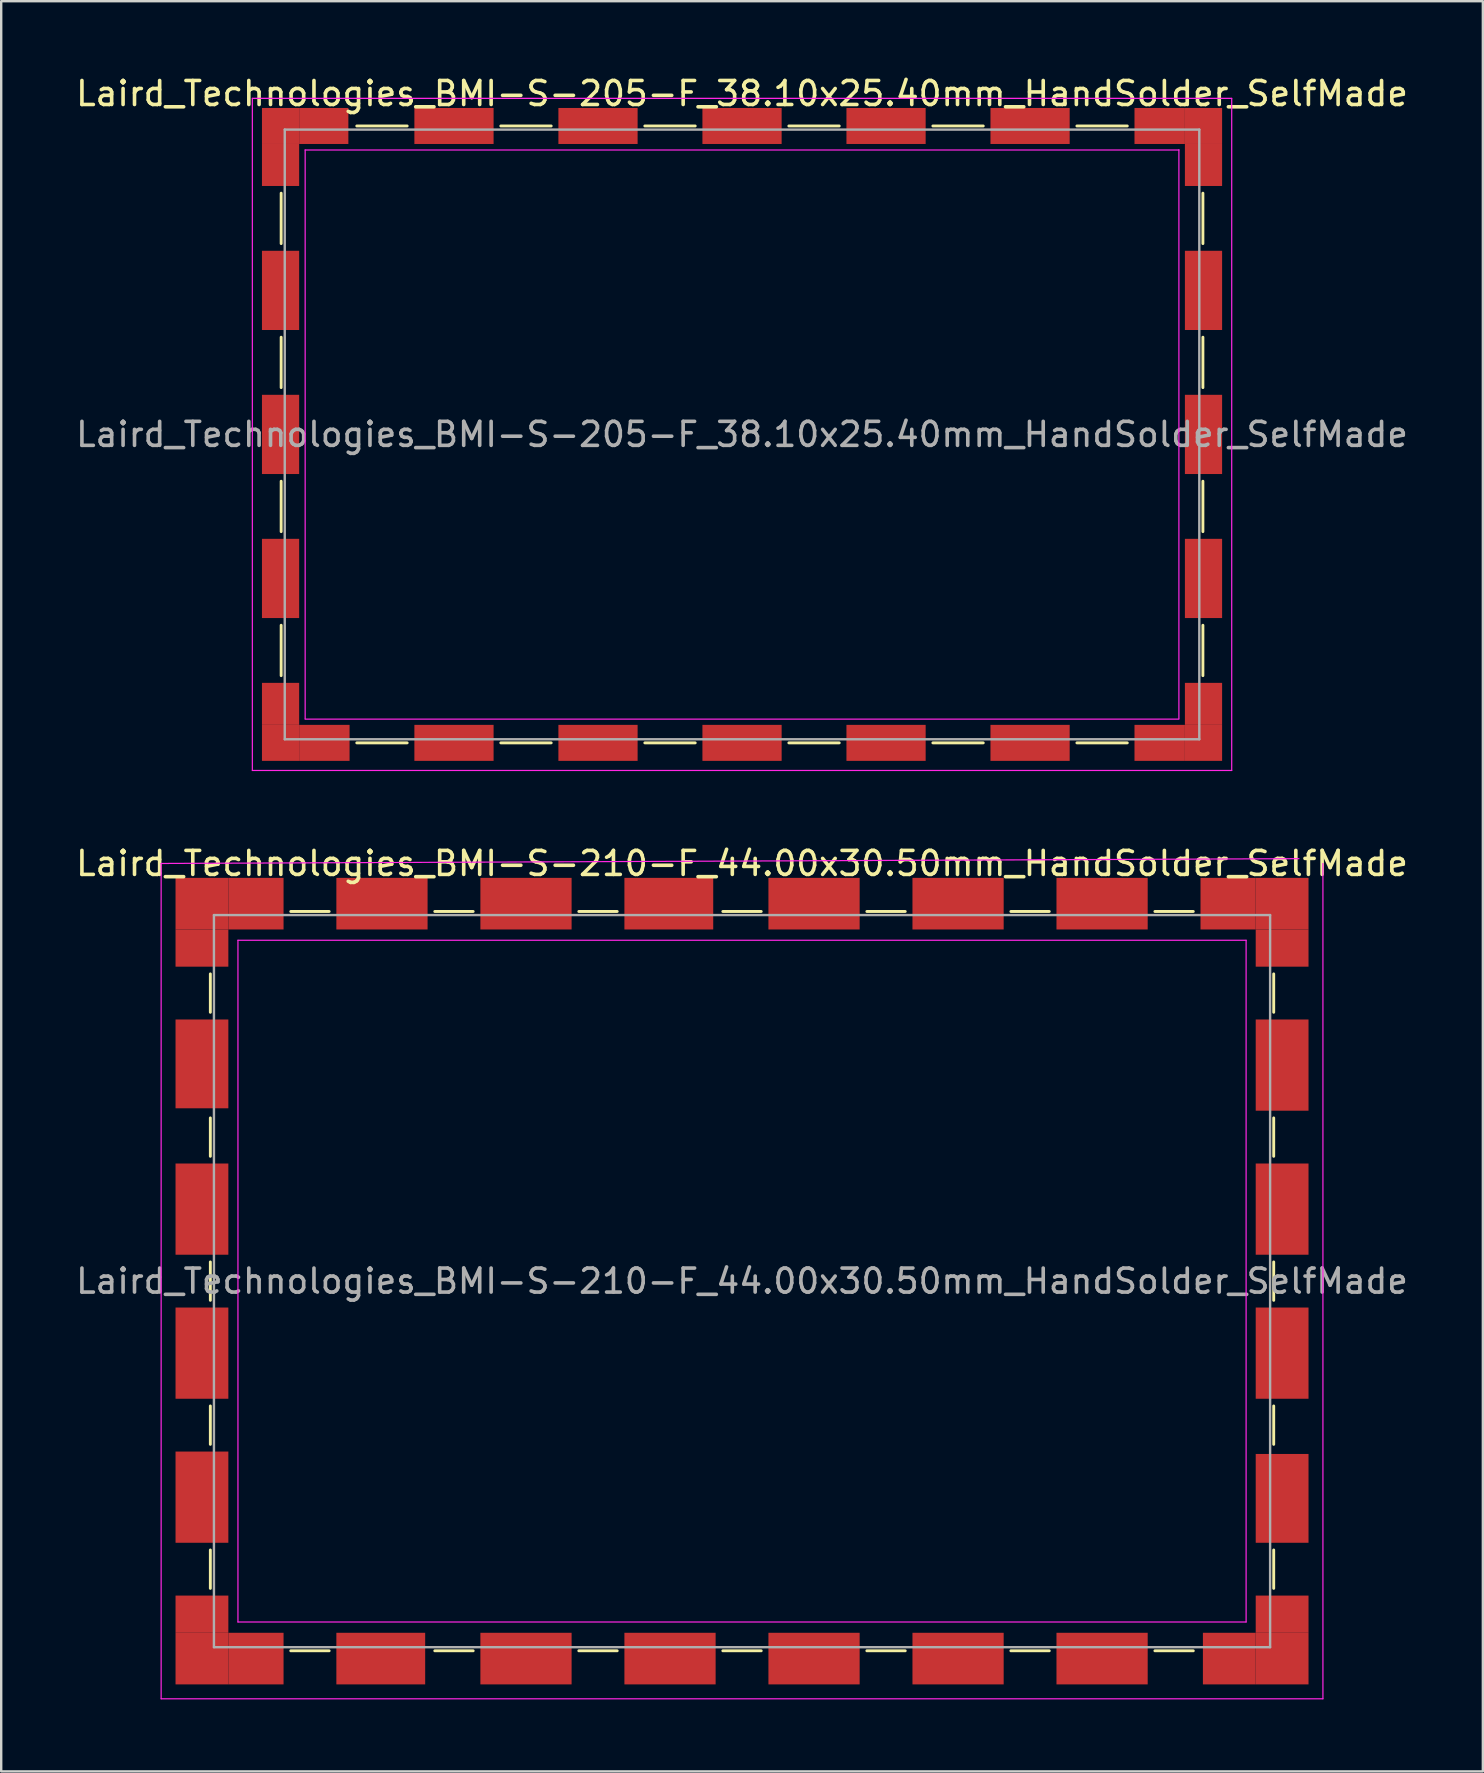
<source format=kicad_pcb>
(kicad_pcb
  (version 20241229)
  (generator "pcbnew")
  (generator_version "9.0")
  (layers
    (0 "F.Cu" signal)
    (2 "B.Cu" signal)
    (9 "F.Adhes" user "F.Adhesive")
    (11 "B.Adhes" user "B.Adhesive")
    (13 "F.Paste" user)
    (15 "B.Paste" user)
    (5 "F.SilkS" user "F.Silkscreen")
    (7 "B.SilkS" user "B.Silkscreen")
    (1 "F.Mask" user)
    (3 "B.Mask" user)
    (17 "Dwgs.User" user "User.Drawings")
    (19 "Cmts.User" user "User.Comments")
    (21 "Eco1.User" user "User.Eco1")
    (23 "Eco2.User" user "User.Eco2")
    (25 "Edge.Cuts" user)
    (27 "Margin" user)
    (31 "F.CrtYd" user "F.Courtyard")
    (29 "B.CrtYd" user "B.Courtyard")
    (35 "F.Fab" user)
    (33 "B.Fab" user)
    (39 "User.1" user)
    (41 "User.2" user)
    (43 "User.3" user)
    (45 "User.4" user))
  (footprint "Laird_Technologies_BMI-S-210-F_44.00x30.50mm_HandSolder_SelfMade"
    (layer "F.Cu")
    (at 27.863 50.322)
    (property "Reference" "Laird_Technologies_BMI-S-210-F_44.00x30.50mm_HandSolder_SelfMade" (at 0 -17.4 0) (layer "F.SilkS") (effects (font (size 1 1) (thickness 0.15))))
    (attr smd)
    (fp_line (start -22.15 -12.8) (end -22.15 -11.2) (stroke (width 0.12) (type solid)) (layer "F.SilkS"))
    (fp_line (start -22.15 -6.8) (end -22.15 -5.2) (stroke (width 0.12) (type solid)) (layer "F.SilkS"))
    (fp_line (start -22.15 -0.8) (end -22.15 0.8) (stroke (width 0.12) (type solid)) (layer "F.SilkS"))
    (fp_line (start -22.15 5.2) (end -22.15 6.8) (stroke (width 0.12) (type solid)) (layer "F.SilkS"))
    (fp_line (start -22.15 11.2) (end -22.15 12.8) (stroke (width 0.12) (type solid)) (layer "F.SilkS"))
    (fp_line (start -18.8 -15.4) (end -17.2 -15.4) (stroke (width 0.12) (type solid)) (layer "F.SilkS"))
    (fp_line (start -18.8 15.4) (end -17.2 15.4) (stroke (width 0.12) (type solid)) (layer "F.SilkS"))
    (fp_line (start -12.8 -15.4) (end -11.2 -15.4) (stroke (width 0.12) (type solid)) (layer "F.SilkS"))
    (fp_line (start -12.8 15.4) (end -11.2 15.4) (stroke (width 0.12) (type solid)) (layer "F.SilkS"))
    (fp_line (start -6.8 -15.4) (end -5.2 -15.4) (stroke (width 0.12) (type solid)) (layer "F.SilkS"))
    (fp_line (start -6.8 15.4) (end -5.2 15.4) (stroke (width 0.12) (type solid)) (layer "F.SilkS"))
    (fp_line (start -0.8 -15.4) (end 0.8 -15.4) (stroke (width 0.12) (type solid)) (layer "F.SilkS"))
    (fp_line (start -0.8 15.4) (end 0.8 15.4) (stroke (width 0.12) (type solid)) (layer "F.SilkS"))
    (fp_line (start 5.2 -15.4) (end 6.8 -15.4) (stroke (width 0.12) (type solid)) (layer "F.SilkS"))
    (fp_line (start 5.2 15.4) (end 6.8 15.4) (stroke (width 0.12) (type solid)) (layer "F.SilkS"))
    (fp_line (start 11.2 -15.4) (end 12.8 -15.4) (stroke (width 0.12) (type solid)) (layer "F.SilkS"))
    (fp_line (start 11.2 15.4) (end 12.8 15.4) (stroke (width 0.12) (type solid)) (layer "F.SilkS"))
    (fp_line (start 17.2 -15.4) (end 18.8 -15.4) (stroke (width 0.12) (type solid)) (layer "F.SilkS"))
    (fp_line (start 17.2 15.4) (end 18.8 15.4) (stroke (width 0.12) (type solid)) (layer "F.SilkS"))
    (fp_line (start 22.15 -12.8) (end 22.15 -11.2) (stroke (width 0.12) (type solid)) (layer "F.SilkS"))
    (fp_line (start 22.15 -6.8) (end 22.15 -5.2) (stroke (width 0.12) (type solid)) (layer "F.SilkS"))
    (fp_line (start 22.15 -0.8) (end 22.15 0.8) (stroke (width 0.12) (type solid)) (layer "F.SilkS"))
    (fp_line (start 22.15 5.2) (end 22.15 6.8) (stroke (width 0.12) (type solid)) (layer "F.SilkS"))
    (fp_line (start 22.15 11.2) (end 22.15 12.8) (stroke (width 0.12) (type solid)) (layer "F.SilkS"))
    (fp_line (start -24.2 -17.4) (end -24.2 17.4) (stroke (width 0.05) (type solid)) (layer "F.CrtYd"))
    (fp_line (start -24.2 17.4) (end 24.2 17.4) (stroke (width 0.05) (type solid)) (layer "F.CrtYd"))
    (fp_line (start -21 -14.2) (end -21 14.2) (stroke (width 0.05) (type solid)) (layer "F.CrtYd"))
    (fp_line (start 21 -14.2) (end -21 -14.2) (stroke (width 0.05) (type solid)) (layer "F.CrtYd"))
    (fp_line (start 21 -14.2) (end 21 14.2) (stroke (width 0.05) (type solid)) (layer "F.CrtYd"))
    (fp_line (start 21 14.2) (end -21 14.2) (stroke (width 0.05) (type solid)) (layer "F.CrtYd"))
    (fp_line (start 23.2 -17.6) (end -24.2 -17.4) (stroke (width 0.05) (type solid)) (layer "F.CrtYd"))
    (fp_line (start 24.2 17.4) (end 24.2 -17.4) (stroke (width 0.05) (type solid)) (layer "F.CrtYd"))
    (fp_line (start -22 -15.25) (end -22 15.25) (stroke (width 0.1) (type solid)) (layer "F.Fab"))
    (fp_line (start -22 15.25) (end 22 15.25) (stroke (width 0.1) (type solid)) (layer "F.Fab"))
    (fp_line (start 22 -15.25) (end -22 -15.25) (stroke (width 0.1) (type solid)) (layer "F.Fab"))
    (fp_line (start 22 15.25) (end 22 -15.25) (stroke (width 0.1) (type solid)) (layer "F.Fab"))
    (fp_text user "${REFERENCE}" (at 0 0 0) (layer "F.Fab") (effects (font (size 1 1) (thickness 0.15))))
    (pad "1" smd rect (at -22.5 -15.725) (size 2.2 2.15) (layers "F.Cu" "F.Mask" "F.Paste"))
    (pad "1" smd rect (at -22.5 -13.875) (size 2.2 1.55) (layers "F.Cu" "F.Mask" "F.Paste"))
    (pad "1" smd rect (at -22.5 -9.05) (size 2.2 3.7) (layers "F.Cu" "F.Mask" "F.Paste"))
    (pad "1" smd rect (at -22.5 -3) (size 2.2 3.8) (layers "F.Cu" "F.Mask" "F.Paste"))
    (pad "1" smd rect (at -22.5 3) (size 2.2 3.8) (layers "F.Cu" "F.Mask" "F.Paste"))
    (pad "1" smd rect (at -22.5 9) (size 2.2 3.8) (layers "F.Cu" "F.Mask" "F.Paste"))
    (pad "1" smd rect (at -22.5 13.875) (size 2.2 1.55) (layers "F.Cu" "F.Mask" "F.Paste"))
    (pad "1" smd rect (at -22.5 15.725) (size 2.2 2.15) (layers "F.Cu" "F.Mask" "F.Paste"))
    (pad "1" smd rect (at -20.25 -15.725) (size 2.3 2.15) (layers "F.Cu" "F.Mask" "F.Paste"))
    (pad "1" smd rect (at -20.25 15.725) (size 2.3 2.15) (layers "F.Cu" "F.Mask" "F.Paste"))
    (pad "1" smd rect (at -15.05 15.725) (size 3.7 2.15) (layers "F.Cu" "F.Mask" "F.Paste"))
    (pad "1" smd rect (at -15 -15.725) (size 3.8 2.15) (layers "F.Cu" "F.Mask" "F.Paste"))
    (pad "1" smd rect (at -9 -15.725) (size 3.8 2.15) (layers "F.Cu" "F.Mask" "F.Paste"))
    (pad "1" smd rect (at -9 15.725) (size 3.8 2.15) (layers "F.Cu" "F.Mask" "F.Paste"))
    (pad "1" smd rect (at -3.05 -15.725) (size 3.7 2.15) (layers "F.Cu" "F.Mask" "F.Paste"))
    (pad "1" smd rect (at -3 15.725) (size 3.8 2.15) (layers "F.Cu" "F.Mask" "F.Paste"))
    (pad "1" smd rect (at 3 -15.725) (size 3.8 2.15) (layers "F.Cu" "F.Mask" "F.Paste"))
    (pad "1" smd rect (at 3 15.725) (size 3.8 2.15) (layers "F.Cu" "F.Mask" "F.Paste"))
    (pad "1" smd rect (at 9 -15.725) (size 3.8 2.15) (layers "F.Cu" "F.Mask" "F.Paste"))
    (pad "1" smd rect (at 9 15.725) (size 3.8 2.15) (layers "F.Cu" "F.Mask" "F.Paste"))
    (pad "1" smd rect (at 15 -15.725) (size 3.8 2.15) (layers "F.Cu" "F.Mask" "F.Paste"))
    (pad "1" smd rect (at 15 15.725) (size 3.8 2.15) (layers "F.Cu" "F.Mask" "F.Paste"))
    (pad "1" smd rect (at 20.25 -15.725) (size 2.3 2.15) (layers "F.Cu" "F.Mask" "F.Paste"))
    (pad "1" smd rect (at 20.3 15.725) (size 2.2 2.15) (layers "F.Cu" "F.Mask" "F.Paste"))
    (pad "1" smd rect (at 22.5 -15.725) (size 2.2 2.15) (layers "F.Cu" "F.Mask" "F.Paste"))
    (pad "1" smd rect (at 22.5 -13.875) (size 2.2 1.55) (layers "F.Cu" "F.Mask" "F.Paste"))
    (pad "1" smd rect (at 22.5 -9) (size 2.2 3.8) (layers "F.Cu" "F.Mask" "F.Paste"))
    (pad "1" smd rect (at 22.5 -3) (size 2.2 3.8) (layers "F.Cu" "F.Mask" "F.Paste"))
    (pad "1" smd rect (at 22.5 3) (size 2.2 3.8) (layers "F.Cu" "F.Mask" "F.Paste"))
    (pad "1" smd rect (at 22.5 9.05) (size 2.2 3.7) (layers "F.Cu" "F.Mask" "F.Paste"))
    (pad "1" smd rect (at 22.5 13.875) (size 2.2 1.55) (layers "F.Cu" "F.Mask" "F.Paste"))
    (pad "1" smd rect (at 22.5 15.725) (size 2.2 2.15) (layers "F.Cu" "F.Mask" "F.Paste")))
  (footprint "Laird_Technologies_BMI-S-205-F_38.10x25.40mm_HandSolder_SelfMade"
    (layer "F.Cu")
    (at 27.863 15.048)
    (property "Reference" "Laird_Technologies_BMI-S-205-F_38.10x25.40mm_HandSolder_SelfMade" (at 0 -14.2 0) (layer "F.SilkS") (effects (font (size 1 1) (thickness 0.15))))
    (attr smd)
    (fp_line (start -19.2 -10.05) (end -19.2 -7.95) (stroke (width 0.12) (type solid)) (layer "F.SilkS"))
    (fp_line (start -19.2 -4.05) (end -19.2 -1.95) (stroke (width 0.12) (type solid)) (layer "F.SilkS"))
    (fp_line (start -19.2 1.95) (end -19.2 4.05) (stroke (width 0.12) (type solid)) (layer "F.SilkS"))
    (fp_line (start -19.2 7.95) (end -19.2 10.05) (stroke (width 0.12) (type solid)) (layer "F.SilkS"))
    (fp_line (start -16.05 -12.85) (end -13.95 -12.85) (stroke (width 0.12) (type solid)) (layer "F.SilkS"))
    (fp_line (start -16.05 12.85) (end -13.95 12.85) (stroke (width 0.12) (type solid)) (layer "F.SilkS"))
    (fp_line (start -10.05 -12.85) (end -7.95 -12.85) (stroke (width 0.12) (type solid)) (layer "F.SilkS"))
    (fp_line (start -10.05 12.85) (end -7.95 12.85) (stroke (width 0.12) (type solid)) (layer "F.SilkS"))
    (fp_line (start -4.05 -12.85) (end -1.95 -12.85) (stroke (width 0.12) (type solid)) (layer "F.SilkS"))
    (fp_line (start -4.05 12.85) (end -1.95 12.85) (stroke (width 0.12) (type solid)) (layer "F.SilkS"))
    (fp_line (start 1.95 -12.85) (end 4.05 -12.85) (stroke (width 0.12) (type solid)) (layer "F.SilkS"))
    (fp_line (start 1.95 12.85) (end 4.05 12.85) (stroke (width 0.12) (type solid)) (layer "F.SilkS"))
    (fp_line (start 7.95 -12.85) (end 10.05 -12.85) (stroke (width 0.12) (type solid)) (layer "F.SilkS"))
    (fp_line (start 7.95 12.85) (end 10.05 12.85) (stroke (width 0.12) (type solid)) (layer "F.SilkS"))
    (fp_line (start 13.95 -12.85) (end 16.05 -12.85) (stroke (width 0.12) (type solid)) (layer "F.SilkS"))
    (fp_line (start 13.95 12.85) (end 16.05 12.85) (stroke (width 0.12) (type solid)) (layer "F.SilkS"))
    (fp_line (start 19.2 -10.05) (end 19.2 -7.95) (stroke (width 0.12) (type solid)) (layer "F.SilkS"))
    (fp_line (start 19.2 -4.05) (end 19.2 -1.95) (stroke (width 0.12) (type solid)) (layer "F.SilkS"))
    (fp_line (start 19.2 1.95) (end 19.2 4.05) (stroke (width 0.12) (type solid)) (layer "F.SilkS"))
    (fp_line (start 19.2 7.95) (end 19.2 10.05) (stroke (width 0.12) (type solid)) (layer "F.SilkS"))
    (fp_line (start -20.4 -14) (end -20.4 14) (stroke (width 0.05) (type solid)) (layer "F.CrtYd"))
    (fp_line (start -20.4 14) (end 20.4 14) (stroke (width 0.05) (type solid)) (layer "F.CrtYd"))
    (fp_line (start -18.2 -11.85) (end -18.2 11.85) (stroke (width 0.05) (type solid)) (layer "F.CrtYd"))
    (fp_line (start 18.2 -11.86) (end 18.2 11.84) (stroke (width 0.05) (type solid)) (layer "F.CrtYd"))
    (fp_line (start 18.2 -11.85) (end -18.2 -11.85) (stroke (width 0.05) (type solid)) (layer "F.CrtYd"))
    (fp_line (start 18.2 11.86) (end -18.2 11.86) (stroke (width 0.05) (type solid)) (layer "F.CrtYd"))
    (fp_line (start 20.4 -14) (end -20.4 -14) (stroke (width 0.05) (type solid)) (layer "F.CrtYd"))
    (fp_line (start 20.4 14) (end 20.4 -14) (stroke (width 0.05) (type solid)) (layer "F.CrtYd"))
    (fp_line (start -19.05 -12.7) (end -19.05 12.7) (stroke (width 0.1) (type solid)) (layer "F.Fab"))
    (fp_line (start -19.05 12.7) (end 19.05 12.7) (stroke (width 0.1) (type solid)) (layer "F.Fab"))
    (fp_line (start 19.05 -12.7) (end -19.05 -12.7) (stroke (width 0.1) (type solid)) (layer "F.Fab"))
    (fp_line (start 19.05 12.7) (end 19.05 -12.7) (stroke (width 0.1) (type solid)) (layer "F.Fab"))
    (fp_text user "${REFERENCE}" (at 0 0 0) (layer "F.Fab") (effects (font (size 1 1) (thickness 0.15))))
    (pad "1" smd rect (at -19.225 -12.85) (size 1.55 1.5) (layers "F.Cu" "F.Mask" "F.Paste"))
    (pad "1" smd rect (at -19.225 -11.225) (size 1.55 1.75) (layers "F.Cu" "F.Mask" "F.Paste"))
    (pad "1" smd rect (at -19.225 -6) (size 1.55 3.3) (layers "F.Cu" "F.Mask" "F.Paste"))
    (pad "1" smd rect (at -19.225 0) (size 1.55 3.3) (layers "F.Cu" "F.Mask" "F.Paste"))
    (pad "1" smd rect (at -19.225 6) (size 1.55 3.3) (layers "F.Cu" "F.Mask" "F.Paste"))
    (pad "1" smd rect (at -19.225 11.225) (size 1.55 1.75) (layers "F.Cu" "F.Mask" "F.Paste"))
    (pad "1" smd rect (at -19.225 12.85) (size 1.55 1.5) (layers "F.Cu" "F.Mask" "F.Paste"))
    (pad "1" smd rect (at -17.425 -12.85) (size 2.05 1.5) (layers "F.Cu" "F.Mask" "F.Paste"))
    (pad "1" smd rect (at -17.4 12.85) (size 2.1 1.5) (layers "F.Cu" "F.Mask" "F.Paste"))
    (pad "1" smd rect (at -12 -12.85) (size 3.3 1.5) (layers "F.Cu" "F.Mask" "F.Paste"))
    (pad "1" smd rect (at -12 12.85) (size 3.3 1.5) (layers "F.Cu" "F.Mask" "F.Paste"))
    (pad "1" smd rect (at -6 -12.85) (size 3.3 1.5) (layers "F.Cu" "F.Mask" "F.Paste"))
    (pad "1" smd rect (at -6 12.85) (size 3.3 1.5) (layers "F.Cu" "F.Mask" "F.Paste"))
    (pad "1" smd rect (at 0 -12.85) (size 3.3 1.5) (layers "F.Cu" "F.Mask" "F.Paste"))
    (pad "1" smd rect (at 0 12.85) (size 3.3 1.5) (layers "F.Cu" "F.Mask" "F.Paste"))
    (pad "1" smd rect (at 6 -12.85) (size 3.3 1.5) (layers "F.Cu" "F.Mask" "F.Paste"))
    (pad "1" smd rect (at 6 12.85) (size 3.3 1.5) (layers "F.Cu" "F.Mask" "F.Paste"))
    (pad "1" smd rect (at 12 -12.85) (size 3.3 1.5) (layers "F.Cu" "F.Mask" "F.Paste"))
    (pad "1" smd rect (at 12 12.85) (size 3.3 1.5) (layers "F.Cu" "F.Mask" "F.Paste"))
    (pad "1" smd rect (at 17.4 -12.85) (size 2.1 1.5) (layers "F.Cu" "F.Mask" "F.Paste"))
    (pad "1" smd rect (at 17.4 12.85) (size 2.1 1.5) (layers "F.Cu" "F.Mask" "F.Paste"))
    (pad "1" smd rect (at 19.225 -12.85) (size 1.55 1.5) (layers "F.Cu" "F.Mask" "F.Paste"))
    (pad "1" smd rect (at 19.225 -11.225) (size 1.55 1.75) (layers "F.Cu" "F.Mask" "F.Paste"))
    (pad "1" smd rect (at 19.225 -6) (size 1.55 3.3) (layers "F.Cu" "F.Mask" "F.Paste"))
    (pad "1" smd rect (at 19.225 0) (size 1.55 3.3) (layers "F.Cu" "F.Mask" "F.Paste"))
    (pad "1" smd rect (at 19.225 6) (size 1.55 3.3) (layers "F.Cu" "F.Mask" "F.Paste"))
    (pad "1" smd rect (at 19.225 11.225) (size 1.55 1.75) (layers "F.Cu" "F.Mask" "F.Paste"))
    (pad "1" smd rect (at 19.225 12.85) (size 1.55 1.5) (layers "F.Cu" "F.Mask" "F.Paste")))
  (gr_rect
    (start -3 -3)
    (end 58.726 70.746)
    (stroke (width 0.1) (type default))
    (fill no)
    (layer "Edge.Cuts")))
</source>
